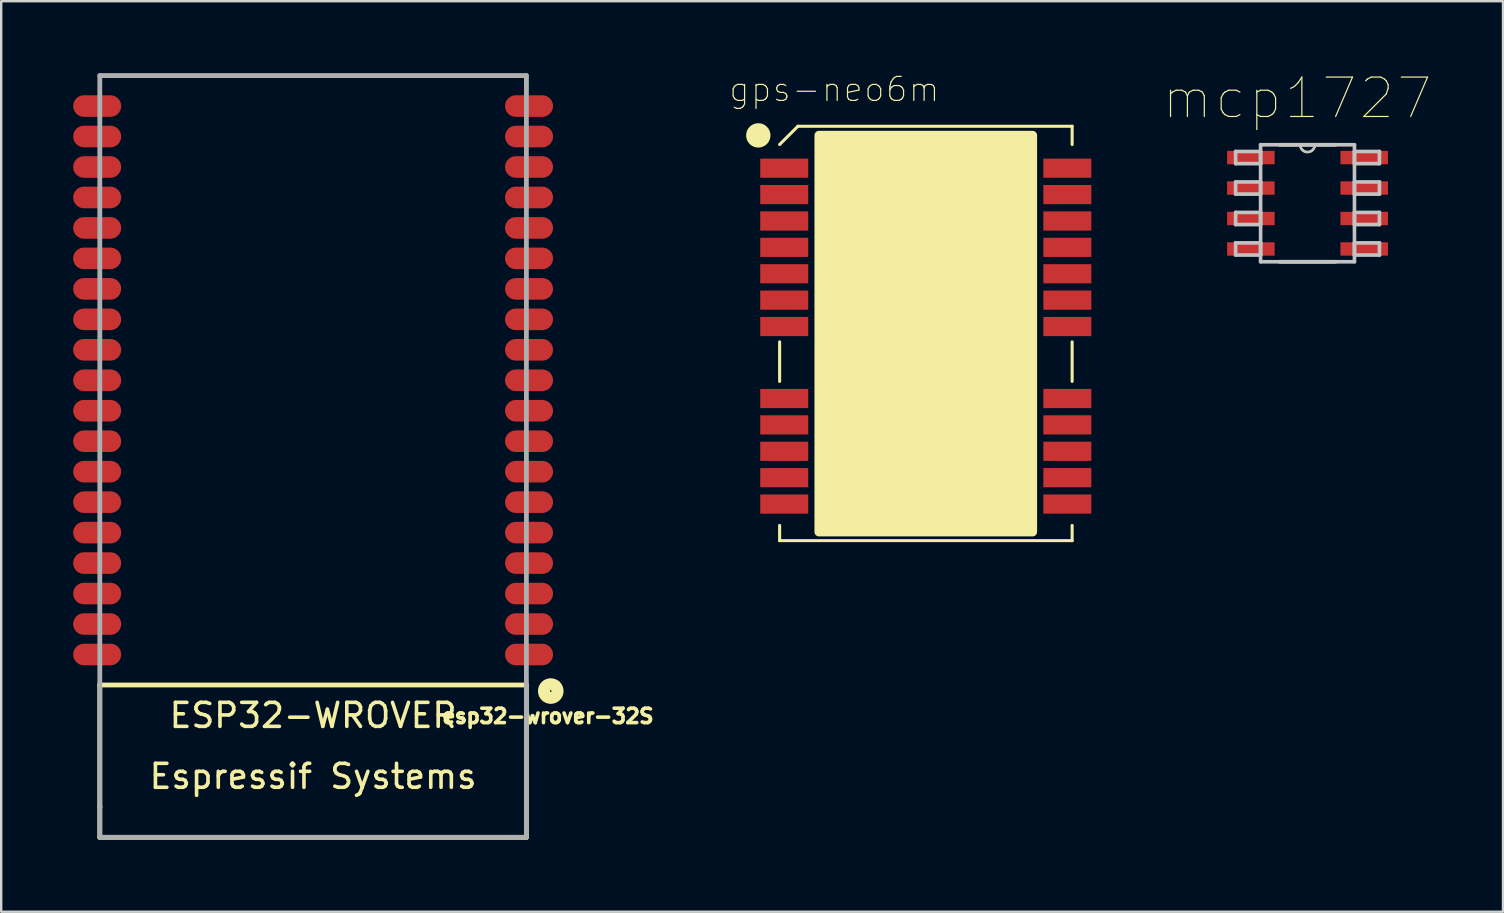
<source format=kicad_pcb>
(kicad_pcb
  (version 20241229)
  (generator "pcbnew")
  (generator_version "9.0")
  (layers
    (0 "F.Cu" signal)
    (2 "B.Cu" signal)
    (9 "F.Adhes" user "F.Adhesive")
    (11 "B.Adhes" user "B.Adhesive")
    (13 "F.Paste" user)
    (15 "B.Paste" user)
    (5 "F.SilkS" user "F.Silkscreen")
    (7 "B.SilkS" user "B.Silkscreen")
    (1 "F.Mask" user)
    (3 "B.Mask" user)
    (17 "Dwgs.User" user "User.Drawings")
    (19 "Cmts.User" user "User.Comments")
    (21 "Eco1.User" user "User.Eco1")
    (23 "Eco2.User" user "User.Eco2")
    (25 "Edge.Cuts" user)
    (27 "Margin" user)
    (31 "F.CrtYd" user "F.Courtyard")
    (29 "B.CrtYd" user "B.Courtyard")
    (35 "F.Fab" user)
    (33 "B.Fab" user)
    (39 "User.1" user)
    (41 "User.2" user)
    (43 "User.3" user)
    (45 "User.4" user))
  (footprint "esp32-wrover-32S"
    (layer "F.Cu")
    (at 10 14.07)
    (property "Reference" "esp32-wrover-32S" (at 9.789 12.728 0) (layer "F.SilkS") (effects (font (size 0.6 0.6) (thickness 0.15))))
    (attr through_hole)
    (fp_line (start -8.89 -13.97) (end 8.89 -13.97) (stroke (width 0.15) (type solid)) (layer "F.SilkS"))
    (fp_line (start -8.89 -13.208) (end -8.89 -13.97) (stroke (width 0.15) (type solid)) (layer "F.SilkS"))
    (fp_line (start -8.89 11.43) (end -8.89 11.43) (stroke (width 0.2) (type solid)) (layer "F.SilkS"))
    (fp_line (start -8.89 11.43) (end -8.89 11.43) (stroke (width 0.2) (type solid)) (layer "F.SilkS"))
    (fp_line (start -8.89 11.43) (end 8.89 11.43) (stroke (width 0.2) (type solid)) (layer "F.SilkS"))
    (fp_line (start -8.89 17.78) (end -8.89 11.43) (stroke (width 0.2) (type solid)) (layer "F.SilkS"))
    (fp_line (start 8.89 -13.97) (end 8.89 -13.208) (stroke (width 0.15) (type solid)) (layer "F.SilkS"))
    (fp_line (start 8.89 11.43) (end 8.89 17.78) (stroke (width 0.2) (type solid)) (layer "F.SilkS"))
    (fp_line (start 8.89 17.78) (end -8.89 17.78) (stroke (width 0.2) (type solid)) (layer "F.SilkS"))
    (fp_circle (center 9.906 11.684) (end 10.033 11.938) (stroke (width 0.5) (type solid)) (fill no) (layer "F.SilkS"))
    (fp_line (start -8.89 -13.97) (end -8.89 16.51) (stroke (width 0.2) (type solid)) (layer "F.Fab"))
    (fp_line (start -8.89 16.51) (end -8.89 16.51) (stroke (width 0.2) (type solid)) (layer "F.Fab"))
    (fp_line (start -8.89 16.51) (end -8.89 16.51) (stroke (width 0.2) (type solid)) (layer "F.Fab"))
    (fp_line (start -8.89 16.51) (end -8.89 16.51) (stroke (width 0.2) (type solid)) (layer "F.Fab"))
    (fp_line (start -8.89 16.51) (end -8.89 16.51) (stroke (width 0.2) (type solid)) (layer "F.Fab"))
    (fp_line (start -8.89 16.51) (end -8.89 16.51) (stroke (width 0.2) (type solid)) (layer "F.Fab"))
    (fp_line (start -8.89 17.78) (end -8.89 16.51) (stroke (width 0.2) (type solid)) (layer "F.Fab"))
    (fp_line (start 8.89 -13.97) (end -8.89 -13.97) (stroke (width 0.2) (type solid)) (layer "F.Fab"))
    (fp_line (start 8.89 16.51) (end 8.89 -13.97) (stroke (width 0.2) (type solid)) (layer "F.Fab"))
    (fp_line (start 8.89 16.51) (end 8.89 17.78) (stroke (width 0.2) (type solid)) (layer "F.Fab"))
    (fp_line (start 8.89 17.78) (end -8.89 17.78) (stroke (width 0.2) (type solid)) (layer "F.Fab"))
    (fp_text user "Espressif Systems" (at 0 15.24 0) (layer "F.SilkS") (effects (font (size 1 1) (thickness 0.15))))
    (fp_text user "ESP32-WROVER" (at 0 12.7 0) (layer "F.SilkS") (effects (font (size 1 1) (thickness 0.15))))
    (pad "1" smd oval (at 9 10.16) (size 2 0.9) (layers "F.Cu" "F.Mask" "F.Paste"))
    (pad "2" smd oval (at 9 8.89) (size 2 0.9) (layers "F.Cu" "F.Mask" "F.Paste"))
    (pad "3" smd oval (at 9 7.62) (size 2 0.9) (layers "F.Cu" "F.Mask" "F.Paste"))
    (pad "4" smd oval (at 9 6.35) (size 2 0.9) (layers "F.Cu" "F.Mask" "F.Paste"))
    (pad "5" smd oval (at 9 5.08) (size 2 0.9) (layers "F.Cu" "F.Mask" "F.Paste"))
    (pad "6" smd oval (at 9 3.81) (size 2 0.9) (layers "F.Cu" "F.Mask" "F.Paste"))
    (pad "7" smd oval (at 9 2.54) (size 2 0.9) (layers "F.Cu" "F.Mask" "F.Paste"))
    (pad "8" smd oval (at 9 1.27) (size 2 0.9) (layers "F.Cu" "F.Mask" "F.Paste"))
    (pad "9" smd oval (at 9 0) (size 2 0.9) (layers "F.Cu" "F.Mask" "F.Paste"))
    (pad "10" smd oval (at 9 -1.27) (size 2 0.9) (layers "F.Cu" "F.Mask" "F.Paste"))
    (pad "11" smd oval (at 9 -2.54) (size 2 0.9) (layers "F.Cu" "F.Mask" "F.Paste"))
    (pad "12" smd oval (at 9 -3.81) (size 2 0.9) (layers "F.Cu" "F.Mask" "F.Paste"))
    (pad "13" smd oval (at 9 -5.08) (size 2 0.9) (layers "F.Cu" "F.Mask" "F.Paste"))
    (pad "14" smd oval (at 9 -6.35) (size 2 0.9) (layers "F.Cu" "F.Mask" "F.Paste"))
    (pad "15" smd oval (at 9 -7.62) (size 2 0.9) (layers "F.Cu" "F.Mask" "F.Paste"))
    (pad "16" smd oval (at 9 -8.89) (size 2 0.9) (layers "F.Cu" "F.Mask" "F.Paste"))
    (pad "17" smd oval (at 9 -10.16) (size 2 0.9) (layers "F.Cu" "F.Mask" "F.Paste"))
    (pad "18" smd oval (at 9 -11.43) (size 2 0.9) (layers "F.Cu" "F.Mask" "F.Paste"))
    (pad "19" smd oval (at 9 -12.7) (size 2 0.9) (layers "F.Cu" "F.Mask" "F.Paste"))
    (pad "20" smd oval (at -9 -12.7) (size 2 0.9) (layers "F.Cu" "F.Mask" "F.Paste"))
    (pad "21" smd oval (at -9 -11.43) (size 2 0.9) (layers "F.Cu" "F.Mask" "F.Paste"))
    (pad "22" smd oval (at -9 -10.16) (size 2 0.9) (layers "F.Cu" "F.Mask" "F.Paste"))
    (pad "23" smd oval (at -9 -8.89) (size 2 0.9) (layers "F.Cu" "F.Mask" "F.Paste"))
    (pad "24" smd oval (at -9 -7.62) (size 2 0.9) (layers "F.Cu" "F.Mask" "F.Paste"))
    (pad "25" smd oval (at -9 -6.35) (size 2 0.9) (layers "F.Cu" "F.Mask" "F.Paste"))
    (pad "26" smd oval (at -9 -5.08) (size 2 0.9) (layers "F.Cu" "F.Mask" "F.Paste"))
    (pad "27" smd oval (at -9 -3.81) (size 2 0.9) (layers "F.Cu" "F.Mask" "F.Paste"))
    (pad "28" smd oval (at -9 -2.54) (size 2 0.9) (layers "F.Cu" "F.Mask" "F.Paste"))
    (pad "29" smd oval (at -9 -1.27) (size 2 0.9) (layers "F.Cu" "F.Mask" "F.Paste"))
    (pad "30" smd oval (at -9 0) (size 2 0.9) (layers "F.Cu" "F.Mask" "F.Paste"))
    (pad "31" smd oval (at -9 1.27) (size 2 0.9) (layers "F.Cu" "F.Mask" "F.Paste"))
    (pad "32" smd oval (at -9 2.54) (size 2 0.9) (layers "F.Cu" "F.Mask" "F.Paste"))
    (pad "33" smd oval (at -9 3.81) (size 2 0.9) (layers "F.Cu" "F.Mask" "F.Paste"))
    (pad "34" smd oval (at -9 5.08) (size 2 0.9) (layers "F.Cu" "F.Mask" "F.Paste"))
    (pad "35" smd oval (at -9 6.35) (size 2 0.9) (layers "F.Cu" "F.Mask" "F.Paste"))
    (pad "36" smd oval (at -9 7.62) (size 2 0.9) (layers "F.Cu" "F.Mask" "F.Paste"))
    (pad "37" smd oval (at -9 8.89) (size 2 0.9) (layers "F.Cu" "F.Mask" "F.Paste"))
    (pad "38" smd oval (at -9 10.16) (size 2 0.9) (layers "F.Cu" "F.Mask" "F.Paste")))
  (footprint "mcp1727"
    (layer "F.Cu")
    (at 51.448 5.422)
    (property "Reference" "mcp1727" (at -0.432 -4.374 0) (layer "F.SilkS") (effects (font (size 1.642 1.642) (thickness 0.05))))
    (attr smd)
    (fp_line (start -1.168 2.438) (end 1.168 2.438) (stroke (width 0.152) (type solid)) (layer "F.SilkS"))
    (fp_line (start -0.305 -2.438) (end -1.168 -2.438) (stroke (width 0.152) (type solid)) (layer "F.SilkS"))
    (fp_line (start 0.305 -2.438) (end -0.305 -2.438) (stroke (width 0.152) (type solid)) (layer "F.SilkS"))
    (fp_line (start 1.168 -2.438) (end 0.305 -2.438) (stroke (width 0.152) (type solid)) (layer "F.SilkS"))
    (fp_arc (start 0.3048 -2.4384) (mid 0 -2.1336) (end -0.3048 -2.4384) (stroke (width 0.1) (type solid)) (layer "F.SilkS"))
    (fp_line (start -2.997 -2.159) (end -2.997 -1.651) (stroke (width 0.152) (type solid)) (layer "Dwgs.User"))
    (fp_line (start -2.997 -1.651) (end -1.956 -1.651) (stroke (width 0.152) (type solid)) (layer "Dwgs.User"))
    (fp_line (start -2.997 -0.889) (end -2.997 -0.381) (stroke (width 0.152) (type solid)) (layer "Dwgs.User"))
    (fp_line (start -2.997 -0.381) (end -1.956 -0.381) (stroke (width 0.152) (type solid)) (layer "Dwgs.User"))
    (fp_line (start -2.997 0.381) (end -2.997 0.889) (stroke (width 0.152) (type solid)) (layer "Dwgs.User"))
    (fp_line (start -2.997 0.889) (end -1.956 0.889) (stroke (width 0.152) (type solid)) (layer "Dwgs.User"))
    (fp_line (start -2.997 1.651) (end -2.997 2.159) (stroke (width 0.152) (type solid)) (layer "Dwgs.User"))
    (fp_line (start -2.997 2.159) (end -1.956 2.159) (stroke (width 0.152) (type solid)) (layer "Dwgs.User"))
    (fp_line (start -1.956 -2.438) (end -1.956 2.438) (stroke (width 0.152) (type solid)) (layer "Dwgs.User"))
    (fp_line (start -1.956 -2.159) (end -2.997 -2.159) (stroke (width 0.152) (type solid)) (layer "Dwgs.User"))
    (fp_line (start -1.956 -1.651) (end -1.956 -2.159) (stroke (width 0.152) (type solid)) (layer "Dwgs.User"))
    (fp_line (start -1.956 -0.889) (end -2.997 -0.889) (stroke (width 0.152) (type solid)) (layer "Dwgs.User"))
    (fp_line (start -1.956 -0.381) (end -1.956 -0.889) (stroke (width 0.152) (type solid)) (layer "Dwgs.User"))
    (fp_line (start -1.956 0.381) (end -2.997 0.381) (stroke (width 0.152) (type solid)) (layer "Dwgs.User"))
    (fp_line (start -1.956 0.889) (end -1.956 0.381) (stroke (width 0.152) (type solid)) (layer "Dwgs.User"))
    (fp_line (start -1.956 1.651) (end -2.997 1.651) (stroke (width 0.152) (type solid)) (layer "Dwgs.User"))
    (fp_line (start -1.956 2.159) (end -1.956 1.651) (stroke (width 0.152) (type solid)) (layer "Dwgs.User"))
    (fp_line (start -1.956 2.438) (end 1.956 2.438) (stroke (width 0.152) (type solid)) (layer "Dwgs.User"))
    (fp_line (start -0.305 -2.438) (end -1.956 -2.438) (stroke (width 0.152) (type solid)) (layer "Dwgs.User"))
    (fp_line (start 0.305 -2.438) (end -0.305 -2.438) (stroke (width 0.152) (type solid)) (layer "Dwgs.User"))
    (fp_line (start 1.956 -2.438) (end 0.305 -2.438) (stroke (width 0.152) (type solid)) (layer "Dwgs.User"))
    (fp_line (start 1.956 -2.159) (end 1.956 -1.651) (stroke (width 0.152) (type solid)) (layer "Dwgs.User"))
    (fp_line (start 1.956 -1.651) (end 2.997 -1.651) (stroke (width 0.152) (type solid)) (layer "Dwgs.User"))
    (fp_line (start 1.956 -0.889) (end 1.956 -0.381) (stroke (width 0.152) (type solid)) (layer "Dwgs.User"))
    (fp_line (start 1.956 -0.381) (end 2.997 -0.381) (stroke (width 0.152) (type solid)) (layer "Dwgs.User"))
    (fp_line (start 1.956 0.381) (end 1.956 0.889) (stroke (width 0.152) (type solid)) (layer "Dwgs.User"))
    (fp_line (start 1.956 0.889) (end 2.997 0.889) (stroke (width 0.152) (type solid)) (layer "Dwgs.User"))
    (fp_line (start 1.956 1.651) (end 1.956 2.159) (stroke (width 0.152) (type solid)) (layer "Dwgs.User"))
    (fp_line (start 1.956 2.159) (end 2.997 2.159) (stroke (width 0.152) (type solid)) (layer "Dwgs.User"))
    (fp_line (start 1.956 2.438) (end 1.956 -2.438) (stroke (width 0.152) (type solid)) (layer "Dwgs.User"))
    (fp_line (start 2.997 -2.159) (end 1.956 -2.159) (stroke (width 0.152) (type solid)) (layer "Dwgs.User"))
    (fp_line (start 2.997 -1.651) (end 2.997 -2.159) (stroke (width 0.152) (type solid)) (layer "Dwgs.User"))
    (fp_line (start 2.997 -0.889) (end 1.956 -0.889) (stroke (width 0.152) (type solid)) (layer "Dwgs.User"))
    (fp_line (start 2.997 -0.381) (end 2.997 -0.889) (stroke (width 0.152) (type solid)) (layer "Dwgs.User"))
    (fp_line (start 2.997 0.381) (end 1.956 0.381) (stroke (width 0.152) (type solid)) (layer "Dwgs.User"))
    (fp_line (start 2.997 0.889) (end 2.997 0.381) (stroke (width 0.152) (type solid)) (layer "Dwgs.User"))
    (fp_line (start 2.997 1.651) (end 1.956 1.651) (stroke (width 0.152) (type solid)) (layer "Dwgs.User"))
    (fp_line (start 2.997 2.159) (end 2.997 1.651) (stroke (width 0.152) (type solid)) (layer "Dwgs.User"))
    (fp_arc (start 0.3048 -2.4384) (mid 0 -2.1336) (end -0.3048 -2.4384) (stroke (width 0.1) (type solid)) (layer "Dwgs.User"))
    (pad "1" smd rect (at -2.362 -1.905) (size 1.981 0.559) (layers "F.Cu" "F.Mask" "F.Paste"))
    (pad "2" smd rect (at -2.362 -0.635) (size 1.981 0.559) (layers "F.Cu" "F.Mask" "F.Paste"))
    (pad "3" smd rect (at -2.362 0.635) (size 1.981 0.559) (layers "F.Cu" "F.Mask" "F.Paste"))
    (pad "4" smd rect (at -2.362 1.905) (size 1.981 0.559) (layers "F.Cu" "F.Mask" "F.Paste"))
    (pad "5" smd rect (at 2.362 1.905) (size 1.981 0.559) (layers "F.Cu" "F.Mask" "F.Paste"))
    (pad "6" smd rect (at 2.362 0.635) (size 1.981 0.559) (layers "F.Cu" "F.Mask" "F.Paste"))
    (pad "7" smd rect (at 2.362 -0.635) (size 1.981 0.559) (layers "F.Cu" "F.Mask" "F.Paste"))
    (pad "8" smd rect (at 2.362 -1.905) (size 1.981 0.559) (layers "F.Cu" "F.Mask" "F.Paste")))
  (footprint "gps-neo6m"
    (layer "F.Cu")
    (at 35.541 10.848)
    (property "Reference" "gps-neo6m" (at -3.815 -10.174 0) (layer "F.SilkS") (effects (font (size 1.001 1.001) (thickness 0.05))))
    (attr smd)
    (fp_line (start -6.096 2) (end -6.096 0.35) (stroke (width 0.127) (type solid)) (layer "F.SilkS"))
    (fp_line (start -6.096 8.636) (end -6.096 8.001) (stroke (width 0.127) (type solid)) (layer "F.SilkS"))
    (fp_line (start -5.334 -8.636) (end -6.096 -7.874) (stroke (width 0.127) (type solid)) (layer "F.SilkS"))
    (fp_line (start 6.096 -8.636) (end -5.334 -8.636) (stroke (width 0.127) (type solid)) (layer "F.SilkS"))
    (fp_line (start 6.096 -7.874) (end 6.096 -8.636) (stroke (width 0.127) (type solid)) (layer "F.SilkS"))
    (fp_line (start 6.096 2) (end 6.096 0.35) (stroke (width 0.127) (type solid)) (layer "F.SilkS"))
    (fp_line (start 6.096 8.001) (end 6.096 8.636) (stroke (width 0.127) (type solid)) (layer "F.SilkS"))
    (fp_line (start 6.096 8.636) (end -6.096 8.636) (stroke (width 0.127) (type solid)) (layer "F.SilkS"))
    (fp_circle (center -6.985 -8.255) (end -6.731 -8.255) (stroke (width 0.508) (type solid)) (fill no) (layer "F.SilkS"))
    (fp_poly (pts (xy -4.453 -8.255) (xy 4.445 -8.255) (xy 4.445 8.27) (xy -4.453 8.27)) (stroke (width 0.381) (type solid)) (fill yes) (layer "F.SilkS"))
    (pad "1" smd rect (at -5.904 -6.888 180) (size 2 0.8) (layers "F.Cu" "F.Mask" "F.Paste"))
    (pad "2" smd rect (at -5.904 -5.788 180) (size 2 0.8) (layers "F.Cu" "F.Mask" "F.Paste"))
    (pad "3" smd rect (at -5.904 -4.688 180) (size 2 0.8) (layers "F.Cu" "F.Mask" "F.Paste"))
    (pad "4" smd rect (at -5.904 -3.588 180) (size 2 0.8) (layers "F.Cu" "F.Mask" "F.Paste"))
    (pad "5" smd rect (at -5.904 -2.488 180) (size 2 0.8) (layers "F.Cu" "F.Mask" "F.Paste"))
    (pad "6" smd rect (at -5.904 -1.388 180) (size 2 0.8) (layers "F.Cu" "F.Mask" "F.Paste"))
    (pad "7" smd rect (at -5.904 -0.288 180) (size 2 0.8) (layers "F.Cu" "F.Mask" "F.Paste"))
    (pad "8" smd rect (at -5.904 2.712 180) (size 2 0.8) (layers "F.Cu" "F.Mask" "F.Paste"))
    (pad "9" smd rect (at -5.904 3.812 180) (size 2 0.8) (layers "F.Cu" "F.Mask" "F.Paste"))
    (pad "10" smd rect (at -5.904 4.912 180) (size 2 0.8) (layers "F.Cu" "F.Mask" "F.Paste"))
    (pad "11" smd rect (at -5.904 6.012 180) (size 2 0.8) (layers "F.Cu" "F.Mask" "F.Paste"))
    (pad "12" smd rect (at -5.904 7.112 180) (size 2 0.8) (layers "F.Cu" "F.Mask" "F.Paste"))
    (pad "13" smd rect (at 5.896 7.112 180) (size 2 0.8) (layers "F.Cu" "F.Mask" "F.Paste"))
    (pad "14" smd rect (at 5.896 6.012 180) (size 2 0.8) (layers "F.Cu" "F.Mask" "F.Paste"))
    (pad "15" smd rect (at 5.896 4.912 180) (size 2 0.8) (layers "F.Cu" "F.Mask" "F.Paste"))
    (pad "16" smd rect (at 5.896 3.812 180) (size 2 0.8) (layers "F.Cu" "F.Mask" "F.Paste"))
    (pad "17" smd rect (at 5.896 2.712 180) (size 2 0.8) (layers "F.Cu" "F.Mask" "F.Paste"))
    (pad "18" smd rect (at 5.896 -0.288 180) (size 2 0.8) (layers "F.Cu" "F.Mask" "F.Paste"))
    (pad "19" smd rect (at 5.896 -1.388 180) (size 2 0.8) (layers "F.Cu" "F.Mask" "F.Paste"))
    (pad "20" smd rect (at 5.896 -2.488 180) (size 2 0.8) (layers "F.Cu" "F.Mask" "F.Paste"))
    (pad "21" smd rect (at 5.896 -3.588 180) (size 2 0.8) (layers "F.Cu" "F.Mask" "F.Paste"))
    (pad "22" smd rect (at 5.896 -4.688 180) (size 2 0.8) (layers "F.Cu" "F.Mask" "F.Paste"))
    (pad "23" smd rect (at 5.896 -5.788 180) (size 2 0.8) (layers "F.Cu" "F.Mask" "F.Paste"))
    (pad "24" smd rect (at 5.896 -6.888 180) (size 2 0.8) (layers "F.Cu" "F.Mask" "F.Paste")))
  (gr_rect
    (start -3 -3)
    (end 59.595 34.95)
    (stroke (width 0.1) (type default))
    (fill no)
    (layer "Edge.Cuts")))
</source>
